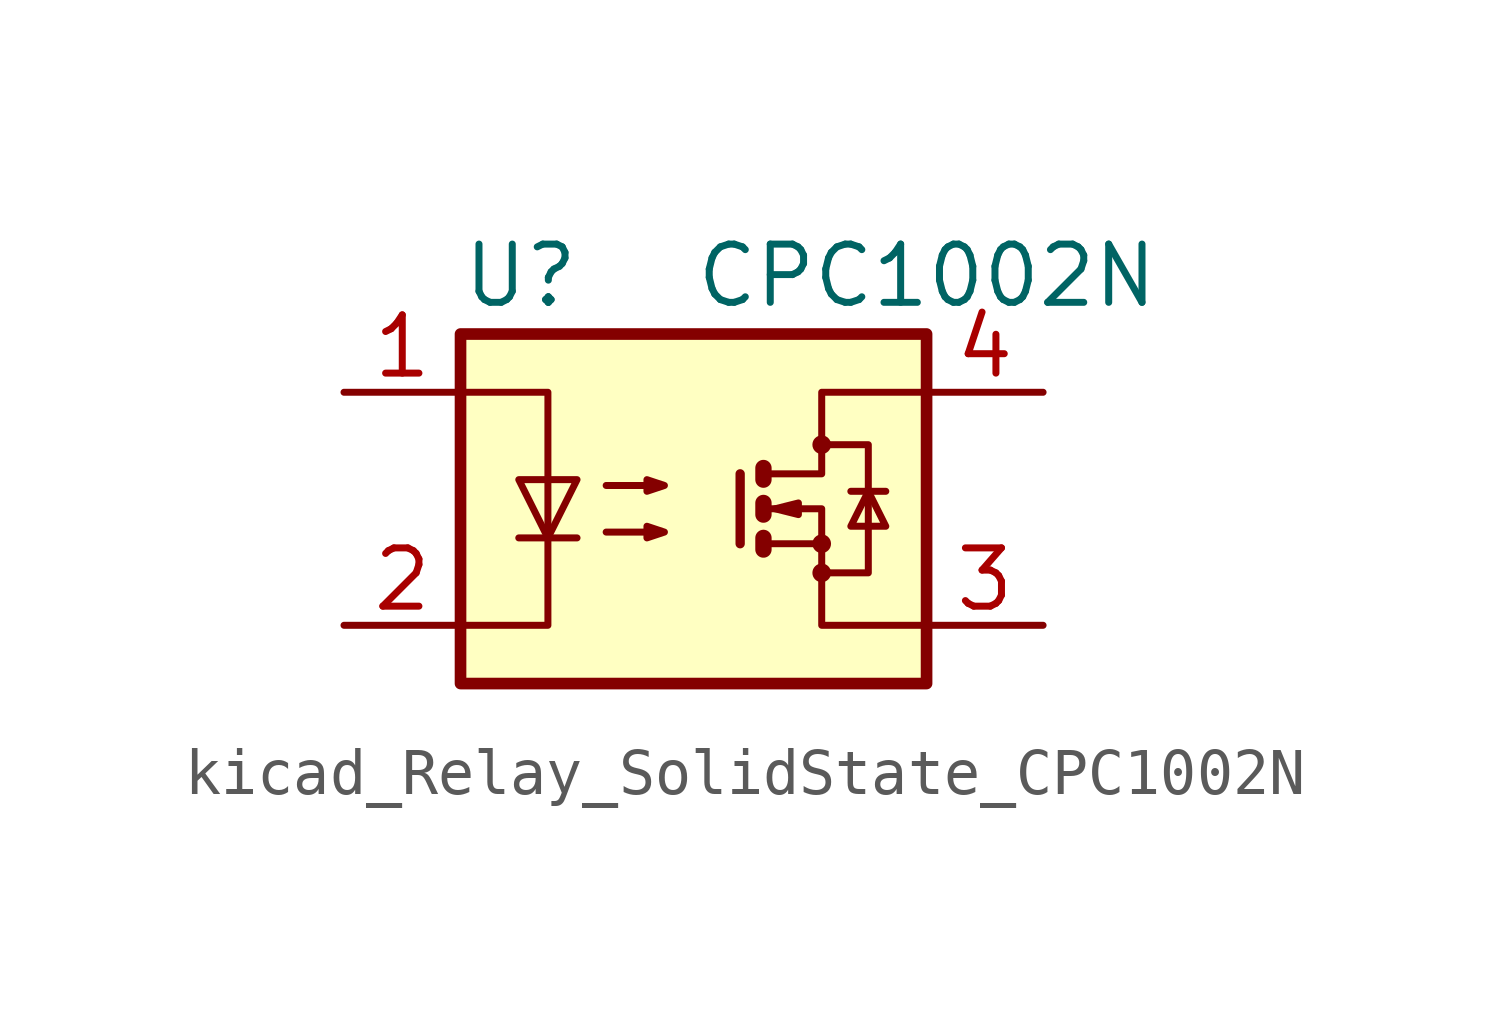
<source format=kicad_sym>
(kicad_symbol_lib
  (version 20220914)
  (generator kicad_symbol_editor)
  (symbol "kicad_Relay_SolidState_CPC1002N"
    (property "Reference" "U"
      (at -5.08 5.08 0)
      (effects (font (size 1.27 1.27)) (justify left)))
    (property "Value" "CPC1002N"
      (at 0 5.08 0)
      (effects (font (size 1.27 1.27)) (justify left)))
    (symbol "kicad_Relay_SolidState_CPC1002N_0_1"
      (rectangle (start -5.08 3.81) (end 5.08 -3.81) (stroke (width 0.254) (type default)) (fill (type background)))
      (polyline (pts (xy -3.81 -0.635) (xy -2.54 -0.635)) (stroke (width 0) (type default)) (fill (type none)))
      (polyline (pts (xy 1.016 0.762) (xy 1.016 -0.762)) (stroke (width 0.203) (type default)) (fill (type none)))
      (polyline (pts (xy 1.524 -0.762) (xy 2.794 -0.762)) (stroke (width 0) (type default)) (fill (type none)))
      (polyline (pts (xy 3.429 0.381) (xy 4.191 0.381)) (stroke (width 0) (type default)) (fill (type none)))
      (polyline (pts (xy 1.524 -0.635) (xy 1.524 -0.889) (xy 1.524 -0.889)) (stroke (width 0.356) (type default)) (fill (type none)))
      (polyline (pts (xy 1.524 0.127) (xy 1.524 -0.127) (xy 1.524 -0.127)) (stroke (width 0.356) (type default)) (fill (type none)))
      (polyline (pts (xy 1.524 0.889) (xy 1.524 0.635) (xy 1.524 0.635)) (stroke (width 0.356) (type default)) (fill (type none)))
      (polyline (pts (xy -5.08 2.54) (xy -3.175 2.54) (xy -3.175 -2.54) (xy -5.08 -2.54)) (stroke (width 0) (type default)) (fill (type none)))
      (polyline (pts (xy -3.175 -0.635) (xy -3.81 0.635) (xy -2.54 0.635) (xy -3.175 -0.635)) (stroke (width 0) (type default)) (fill (type none)))
      (polyline (pts (xy 1.524 0) (xy 2.794 0) (xy 2.794 -2.54) (xy 5.08 -2.54)) (stroke (width 0) (type default)) (fill (type none)))
      (polyline (pts (xy 1.524 0.762) (xy 2.794 0.762) (xy 2.794 2.54) (xy 5.08 2.54)) (stroke (width 0) (type default)) (fill (type none)))
      (polyline (pts (xy 1.778 0) (xy 2.286 0.127) (xy 2.286 -0.127) (xy 1.778 0)) (stroke (width 0) (type default)) (fill (type none)))
      (polyline (pts (xy 2.794 -1.397) (xy 3.81 -1.397) (xy 3.81 1.397) (xy 2.794 1.397)) (stroke (width 0) (type default)) (fill (type none)))
      (polyline (pts (xy 3.81 0.381) (xy 3.429 -0.381) (xy 4.191 -0.381) (xy 3.81 0.381)) (stroke (width 0) (type default)) (fill (type none)))
      (polyline (pts (xy -1.905 -0.508) (xy -0.635 -0.508) (xy -1.016 -0.635) (xy -1.016 -0.381) (xy -0.635 -0.508)) (stroke (width 0) (type default)) (fill (type none)))
      (polyline (pts (xy -1.905 0.508) (xy -0.635 0.508) (xy -1.016 0.381) (xy -1.016 0.635) (xy -0.635 0.508)) (stroke (width 0) (type default)) (fill (type none)))
      (circle (center 2.794 -1.397) (radius 0.127) (stroke (width 0) (type default)) (fill (type none)))
      (circle (center 2.794 -0.762) (radius 0.127) (stroke (width 0) (type default)) (fill (type none)))
      (circle (center 2.794 1.397) (radius 0.127) (stroke (width 0) (type default)) (fill (type none))))
    (symbol "kicad_Relay_SolidState_CPC1002N_1_1"
      (pin passive line (at -7.62 2.54 0) (length 2.54) (name "~" (effects (font (size 1.27 1.27)))) (number "1" (effects (font (size 1.27 1.27)))))
      (pin passive line (at -7.62 -2.54 0) (length 2.54) (name "~" (effects (font (size 1.27 1.27)))) (number "2" (effects (font (size 1.27 1.27)))))
      (pin passive line (at 7.62 -2.54 180) (length 2.54) (name "~" (effects (font (size 1.27 1.27)))) (number "3" (effects (font (size 1.27 1.27)))))
      (pin passive line (at 7.62 2.54 180) (length 2.54) (name "~" (effects (font (size 1.27 1.27)))) (number "4" (effects (font (size 1.27 1.27))))))))
</source>
